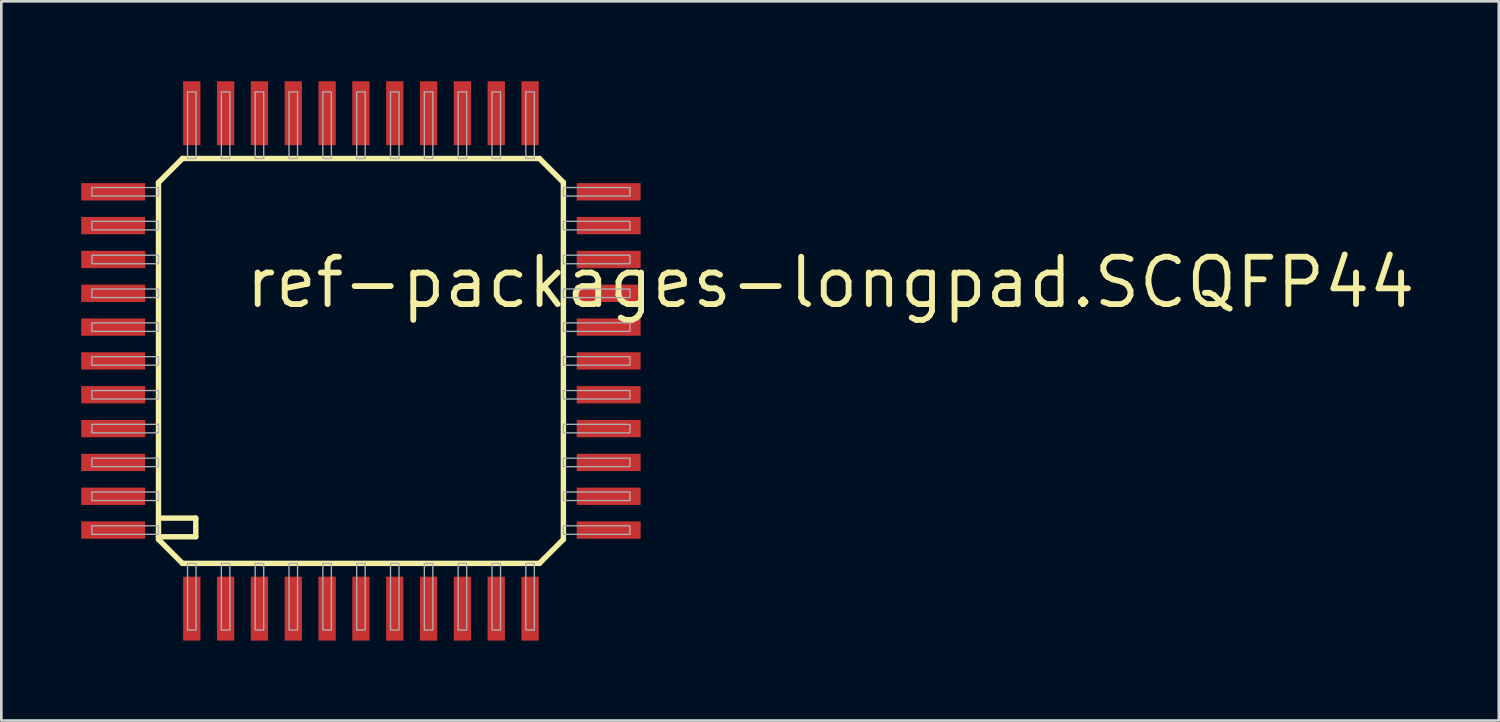
<source format=kicad_pcb>
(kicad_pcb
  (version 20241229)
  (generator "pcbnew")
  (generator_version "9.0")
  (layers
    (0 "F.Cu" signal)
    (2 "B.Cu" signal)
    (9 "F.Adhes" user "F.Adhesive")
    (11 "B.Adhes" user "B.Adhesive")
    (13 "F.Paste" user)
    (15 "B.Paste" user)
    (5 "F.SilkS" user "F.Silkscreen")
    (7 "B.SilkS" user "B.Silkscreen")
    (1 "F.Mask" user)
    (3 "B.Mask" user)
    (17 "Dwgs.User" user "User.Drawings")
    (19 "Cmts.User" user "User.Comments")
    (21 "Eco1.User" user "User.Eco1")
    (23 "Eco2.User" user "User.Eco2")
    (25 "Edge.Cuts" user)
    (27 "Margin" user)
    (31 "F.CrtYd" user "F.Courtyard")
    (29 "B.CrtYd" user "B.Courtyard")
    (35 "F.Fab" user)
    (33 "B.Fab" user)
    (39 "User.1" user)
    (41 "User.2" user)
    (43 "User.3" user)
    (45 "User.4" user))
  (footprint "ref-packages-longpad.SCQFP44"
    (layer "F.Cu")
    (at 10.5 10.5)
    (property "Reference" "ref-packages-longpad.SCQFP44" (at -4.445 -1.905 0) (layer "F.SilkS") (effects (font (size 1.778 1.778) (thickness 0.22)) (justify left bottom)))
    (attr smd)
    (fp_line (start -7.6 -6.7) (end -7.6 6.6) (stroke (width 0.203) (type default)) (layer "F.SilkS"))
    (fp_line (start -7.6 -6.7) (end -6.7 -7.6) (stroke (width 0.203) (type default)) (layer "F.SilkS"))
    (fp_line (start -7.6 6.6) (end -7.6 6.7) (stroke (width 0.203) (type default)) (layer "F.SilkS"))
    (fp_line (start -7.6 6.6) (end -6.2 6.6) (stroke (width 0.203) (type default)) (layer "F.SilkS"))
    (fp_line (start -7.6 6.7) (end -6.7 7.6) (stroke (width 0.203) (type default)) (layer "F.SilkS"))
    (fp_line (start -6.7 7.6) (end 6.7 7.6) (stroke (width 0.203) (type default)) (layer "F.SilkS"))
    (fp_line (start -6.2 5.9) (end -7.5 5.9) (stroke (width 0.203) (type default)) (layer "F.SilkS"))
    (fp_line (start -6.2 6.6) (end -6.2 5.9) (stroke (width 0.203) (type default)) (layer "F.SilkS"))
    (fp_line (start 6.7 -7.6) (end -6.7 -7.6) (stroke (width 0.203) (type default)) (layer "F.SilkS"))
    (fp_line (start 6.7 -7.6) (end 7.6 -6.7) (stroke (width 0.203) (type default)) (layer "F.SilkS"))
    (fp_line (start 6.7 7.6) (end 7.6 6.7) (stroke (width 0.203) (type default)) (layer "F.SilkS"))
    (fp_line (start 7.6 6.7) (end 7.6 -6.7) (stroke (width 0.203) (type default)) (layer "F.SilkS"))
    (fp_rect (start -10.1 -6.19) (end -7.6 -6.51) (stroke (width 0.05) (type default)) (fill no) (layer "F.Fab"))
    (fp_rect (start -10.1 -4.92) (end -7.6 -5.24) (stroke (width 0.05) (type default)) (fill no) (layer "F.Fab"))
    (fp_rect (start -10.1 -3.65) (end -7.6 -3.97) (stroke (width 0.05) (type default)) (fill no) (layer "F.Fab"))
    (fp_rect (start -10.1 -2.38) (end -7.6 -2.7) (stroke (width 0.05) (type default)) (fill no) (layer "F.Fab"))
    (fp_rect (start -10.1 -1.11) (end -7.6 -1.43) (stroke (width 0.05) (type default)) (fill no) (layer "F.Fab"))
    (fp_rect (start -10.1 0.16) (end -7.6 -0.16) (stroke (width 0.05) (type default)) (fill no) (layer "F.Fab"))
    (fp_rect (start -10.1 1.43) (end -7.6 1.11) (stroke (width 0.05) (type default)) (fill no) (layer "F.Fab"))
    (fp_rect (start -10.1 2.7) (end -7.6 2.38) (stroke (width 0.05) (type default)) (fill no) (layer "F.Fab"))
    (fp_rect (start -10.1 3.97) (end -7.6 3.65) (stroke (width 0.05) (type default)) (fill no) (layer "F.Fab"))
    (fp_rect (start -10.1 5.24) (end -7.6 4.92) (stroke (width 0.05) (type default)) (fill no) (layer "F.Fab"))
    (fp_rect (start -10.1 6.51) (end -7.6 6.19) (stroke (width 0.05) (type default)) (fill no) (layer "F.Fab"))
    (fp_rect (start -6.51 -7.6) (end -6.19 -10.1) (stroke (width 0.05) (type default)) (fill no) (layer "F.Fab"))
    (fp_rect (start -6.51 10.1) (end -6.19 7.6) (stroke (width 0.05) (type default)) (fill no) (layer "F.Fab"))
    (fp_rect (start -5.24 -7.6) (end -4.92 -10.1) (stroke (width 0.05) (type default)) (fill no) (layer "F.Fab"))
    (fp_rect (start -5.24 10.1) (end -4.92 7.6) (stroke (width 0.05) (type default)) (fill no) (layer "F.Fab"))
    (fp_rect (start -3.97 -7.6) (end -3.65 -10.1) (stroke (width 0.05) (type default)) (fill no) (layer "F.Fab"))
    (fp_rect (start -3.97 10.1) (end -3.65 7.6) (stroke (width 0.05) (type default)) (fill no) (layer "F.Fab"))
    (fp_rect (start -2.7 -7.6) (end -2.38 -10.1) (stroke (width 0.05) (type default)) (fill no) (layer "F.Fab"))
    (fp_rect (start -2.7 10.1) (end -2.38 7.6) (stroke (width 0.05) (type default)) (fill no) (layer "F.Fab"))
    (fp_rect (start -1.43 -7.6) (end -1.11 -10.1) (stroke (width 0.05) (type default)) (fill no) (layer "F.Fab"))
    (fp_rect (start -1.43 10.1) (end -1.11 7.6) (stroke (width 0.05) (type default)) (fill no) (layer "F.Fab"))
    (fp_rect (start -0.16 -7.6) (end 0.16 -10.1) (stroke (width 0.05) (type default)) (fill no) (layer "F.Fab"))
    (fp_rect (start -0.16 10.1) (end 0.16 7.6) (stroke (width 0.05) (type default)) (fill no) (layer "F.Fab"))
    (fp_rect (start 1.11 -7.6) (end 1.43 -10.1) (stroke (width 0.05) (type default)) (fill no) (layer "F.Fab"))
    (fp_rect (start 1.11 10.1) (end 1.43 7.6) (stroke (width 0.05) (type default)) (fill no) (layer "F.Fab"))
    (fp_rect (start 2.38 -7.6) (end 2.7 -10.1) (stroke (width 0.05) (type default)) (fill no) (layer "F.Fab"))
    (fp_rect (start 2.38 10.1) (end 2.7 7.6) (stroke (width 0.05) (type default)) (fill no) (layer "F.Fab"))
    (fp_rect (start 3.65 -7.6) (end 3.97 -10.1) (stroke (width 0.05) (type default)) (fill no) (layer "F.Fab"))
    (fp_rect (start 3.65 10.1) (end 3.97 7.6) (stroke (width 0.05) (type default)) (fill no) (layer "F.Fab"))
    (fp_rect (start 4.92 -7.6) (end 5.24 -10.1) (stroke (width 0.05) (type default)) (fill no) (layer "F.Fab"))
    (fp_rect (start 4.92 10.1) (end 5.24 7.6) (stroke (width 0.05) (type default)) (fill no) (layer "F.Fab"))
    (fp_rect (start 6.19 -7.6) (end 6.51 -10.1) (stroke (width 0.05) (type default)) (fill no) (layer "F.Fab"))
    (fp_rect (start 6.19 10.1) (end 6.51 7.6) (stroke (width 0.05) (type default)) (fill no) (layer "F.Fab"))
    (fp_rect (start 7.6 -6.19) (end 10.1 -6.51) (stroke (width 0.05) (type default)) (fill no) (layer "F.Fab"))
    (fp_rect (start 7.6 -4.92) (end 10.1 -5.24) (stroke (width 0.05) (type default)) (fill no) (layer "F.Fab"))
    (fp_rect (start 7.6 -3.65) (end 10.1 -3.97) (stroke (width 0.05) (type default)) (fill no) (layer "F.Fab"))
    (fp_rect (start 7.6 -2.38) (end 10.1 -2.7) (stroke (width 0.05) (type default)) (fill no) (layer "F.Fab"))
    (fp_rect (start 7.6 -1.11) (end 10.1 -1.43) (stroke (width 0.05) (type default)) (fill no) (layer "F.Fab"))
    (fp_rect (start 7.6 0.16) (end 10.1 -0.16) (stroke (width 0.05) (type default)) (fill no) (layer "F.Fab"))
    (fp_rect (start 7.6 1.43) (end 10.1 1.11) (stroke (width 0.05) (type default)) (fill no) (layer "F.Fab"))
    (fp_rect (start 7.6 2.7) (end 10.1 2.38) (stroke (width 0.05) (type default)) (fill no) (layer "F.Fab"))
    (fp_rect (start 7.6 3.97) (end 10.1 3.65) (stroke (width 0.05) (type default)) (fill no) (layer "F.Fab"))
    (fp_rect (start 7.6 5.24) (end 10.1 4.92) (stroke (width 0.05) (type default)) (fill no) (layer "F.Fab"))
    (fp_rect (start 7.6 6.51) (end 10.1 6.19) (stroke (width 0.05) (type default)) (fill no) (layer "F.Fab"))
    (pad "1" smd roundrect (at -6.35 9.3) (size 0.65 2.4) (layers "F.Cu" "F.Mask" "F.Paste") (roundrect_rratio 0.01))
    (pad "2" smd roundrect (at -5.08 9.3) (size 0.65 2.4) (layers "F.Cu" "F.Mask" "F.Paste") (roundrect_rratio 0.01))
    (pad "3" smd roundrect (at -3.81 9.3) (size 0.65 2.4) (layers "F.Cu" "F.Mask" "F.Paste") (roundrect_rratio 0.01))
    (pad "4" smd roundrect (at -2.54 9.3) (size 0.65 2.4) (layers "F.Cu" "F.Mask" "F.Paste") (roundrect_rratio 0.01))
    (pad "5" smd roundrect (at -1.27 9.3) (size 0.65 2.4) (layers "F.Cu" "F.Mask" "F.Paste") (roundrect_rratio 0.01))
    (pad "6" smd roundrect (at 0 9.3) (size 0.65 2.4) (layers "F.Cu" "F.Mask" "F.Paste") (roundrect_rratio 0.01))
    (pad "7" smd roundrect (at 1.27 9.3) (size 0.65 2.4) (layers "F.Cu" "F.Mask" "F.Paste") (roundrect_rratio 0.01))
    (pad "8" smd roundrect (at 2.54 9.3) (size 0.65 2.4) (layers "F.Cu" "F.Mask" "F.Paste") (roundrect_rratio 0.01))
    (pad "9" smd roundrect (at 3.81 9.3) (size 0.65 2.4) (layers "F.Cu" "F.Mask" "F.Paste") (roundrect_rratio 0.01))
    (pad "10" smd roundrect (at 5.08 9.3) (size 0.65 2.4) (layers "F.Cu" "F.Mask" "F.Paste") (roundrect_rratio 0.01))
    (pad "11" smd roundrect (at 6.35 9.3) (size 0.65 2.4) (layers "F.Cu" "F.Mask" "F.Paste") (roundrect_rratio 0.01))
    (pad "12" smd roundrect (at 9.3 6.35) (size 2.4 0.65) (layers "F.Cu" "F.Mask" "F.Paste") (roundrect_rratio 0.01))
    (pad "13" smd roundrect (at 9.3 5.08) (size 2.4 0.65) (layers "F.Cu" "F.Mask" "F.Paste") (roundrect_rratio 0.01))
    (pad "14" smd roundrect (at 9.3 3.81) (size 2.4 0.65) (layers "F.Cu" "F.Mask" "F.Paste") (roundrect_rratio 0.01))
    (pad "15" smd roundrect (at 9.3 2.54) (size 2.4 0.65) (layers "F.Cu" "F.Mask" "F.Paste") (roundrect_rratio 0.01))
    (pad "16" smd roundrect (at 9.3 1.27) (size 2.4 0.65) (layers "F.Cu" "F.Mask" "F.Paste") (roundrect_rratio 0.01))
    (pad "17" smd roundrect (at 9.3 0) (size 2.4 0.65) (layers "F.Cu" "F.Mask" "F.Paste") (roundrect_rratio 0.01))
    (pad "18" smd roundrect (at 9.3 -1.27) (size 2.4 0.65) (layers "F.Cu" "F.Mask" "F.Paste") (roundrect_rratio 0.01))
    (pad "19" smd roundrect (at 9.3 -2.54) (size 2.4 0.65) (layers "F.Cu" "F.Mask" "F.Paste") (roundrect_rratio 0.01))
    (pad "20" smd roundrect (at 9.3 -3.81) (size 2.4 0.65) (layers "F.Cu" "F.Mask" "F.Paste") (roundrect_rratio 0.01))
    (pad "21" smd roundrect (at 9.3 -5.08) (size 2.4 0.65) (layers "F.Cu" "F.Mask" "F.Paste") (roundrect_rratio 0.01))
    (pad "22" smd roundrect (at 9.3 -6.35) (size 2.4 0.65) (layers "F.Cu" "F.Mask" "F.Paste") (roundrect_rratio 0.01))
    (pad "23" smd roundrect (at 6.35 -9.3) (size 0.65 2.4) (layers "F.Cu" "F.Mask" "F.Paste") (roundrect_rratio 0.01))
    (pad "24" smd roundrect (at 5.08 -9.3) (size 0.65 2.4) (layers "F.Cu" "F.Mask" "F.Paste") (roundrect_rratio 0.01))
    (pad "25" smd roundrect (at 3.81 -9.3) (size 0.65 2.4) (layers "F.Cu" "F.Mask" "F.Paste") (roundrect_rratio 0.01))
    (pad "26" smd roundrect (at 2.54 -9.3) (size 0.65 2.4) (layers "F.Cu" "F.Mask" "F.Paste") (roundrect_rratio 0.01))
    (pad "27" smd roundrect (at 1.27 -9.3) (size 0.65 2.4) (layers "F.Cu" "F.Mask" "F.Paste") (roundrect_rratio 0.01))
    (pad "28" smd roundrect (at 0 -9.3) (size 0.65 2.4) (layers "F.Cu" "F.Mask" "F.Paste") (roundrect_rratio 0.01))
    (pad "29" smd roundrect (at -1.27 -9.3) (size 0.65 2.4) (layers "F.Cu" "F.Mask" "F.Paste") (roundrect_rratio 0.01))
    (pad "30" smd roundrect (at -2.54 -9.3) (size 0.65 2.4) (layers "F.Cu" "F.Mask" "F.Paste") (roundrect_rratio 0.01))
    (pad "31" smd roundrect (at -3.81 -9.3) (size 0.65 2.4) (layers "F.Cu" "F.Mask" "F.Paste") (roundrect_rratio 0.01))
    (pad "32" smd roundrect (at -5.08 -9.3) (size 0.65 2.4) (layers "F.Cu" "F.Mask" "F.Paste") (roundrect_rratio 0.01))
    (pad "33" smd roundrect (at -6.35 -9.3) (size 0.65 2.4) (layers "F.Cu" "F.Mask" "F.Paste") (roundrect_rratio 0.01))
    (pad "34" smd roundrect (at -9.3 -6.35) (size 2.4 0.65) (layers "F.Cu" "F.Mask" "F.Paste") (roundrect_rratio 0.01))
    (pad "35" smd roundrect (at -9.3 -5.08) (size 2.4 0.65) (layers "F.Cu" "F.Mask" "F.Paste") (roundrect_rratio 0.01))
    (pad "36" smd roundrect (at -9.3 -3.81) (size 2.4 0.65) (layers "F.Cu" "F.Mask" "F.Paste") (roundrect_rratio 0.01))
    (pad "37" smd roundrect (at -9.3 -2.54) (size 2.4 0.65) (layers "F.Cu" "F.Mask" "F.Paste") (roundrect_rratio 0.01))
    (pad "38" smd roundrect (at -9.3 -1.27) (size 2.4 0.65) (layers "F.Cu" "F.Mask" "F.Paste") (roundrect_rratio 0.01))
    (pad "39" smd roundrect (at -9.3 0) (size 2.4 0.65) (layers "F.Cu" "F.Mask" "F.Paste") (roundrect_rratio 0.01))
    (pad "40" smd roundrect (at -9.3 1.27) (size 2.4 0.65) (layers "F.Cu" "F.Mask" "F.Paste") (roundrect_rratio 0.01))
    (pad "41" smd roundrect (at -9.3 2.54) (size 2.4 0.65) (layers "F.Cu" "F.Mask" "F.Paste") (roundrect_rratio 0.01))
    (pad "42" smd roundrect (at -9.3 3.81) (size 2.4 0.65) (layers "F.Cu" "F.Mask" "F.Paste") (roundrect_rratio 0.01))
    (pad "43" smd roundrect (at -9.3 5.08) (size 2.4 0.65) (layers "F.Cu" "F.Mask" "F.Paste") (roundrect_rratio 0.01))
    (pad "44" smd roundrect (at -9.3 6.35) (size 2.4 0.65) (layers "F.Cu" "F.Mask" "F.Paste") (roundrect_rratio 0.01)))
  (gr_rect
    (start -3 -3)
    (end 53.217 24)
    (stroke (width 0.1) (type default))
    (fill no)
    (layer "Edge.Cuts")))
</source>
